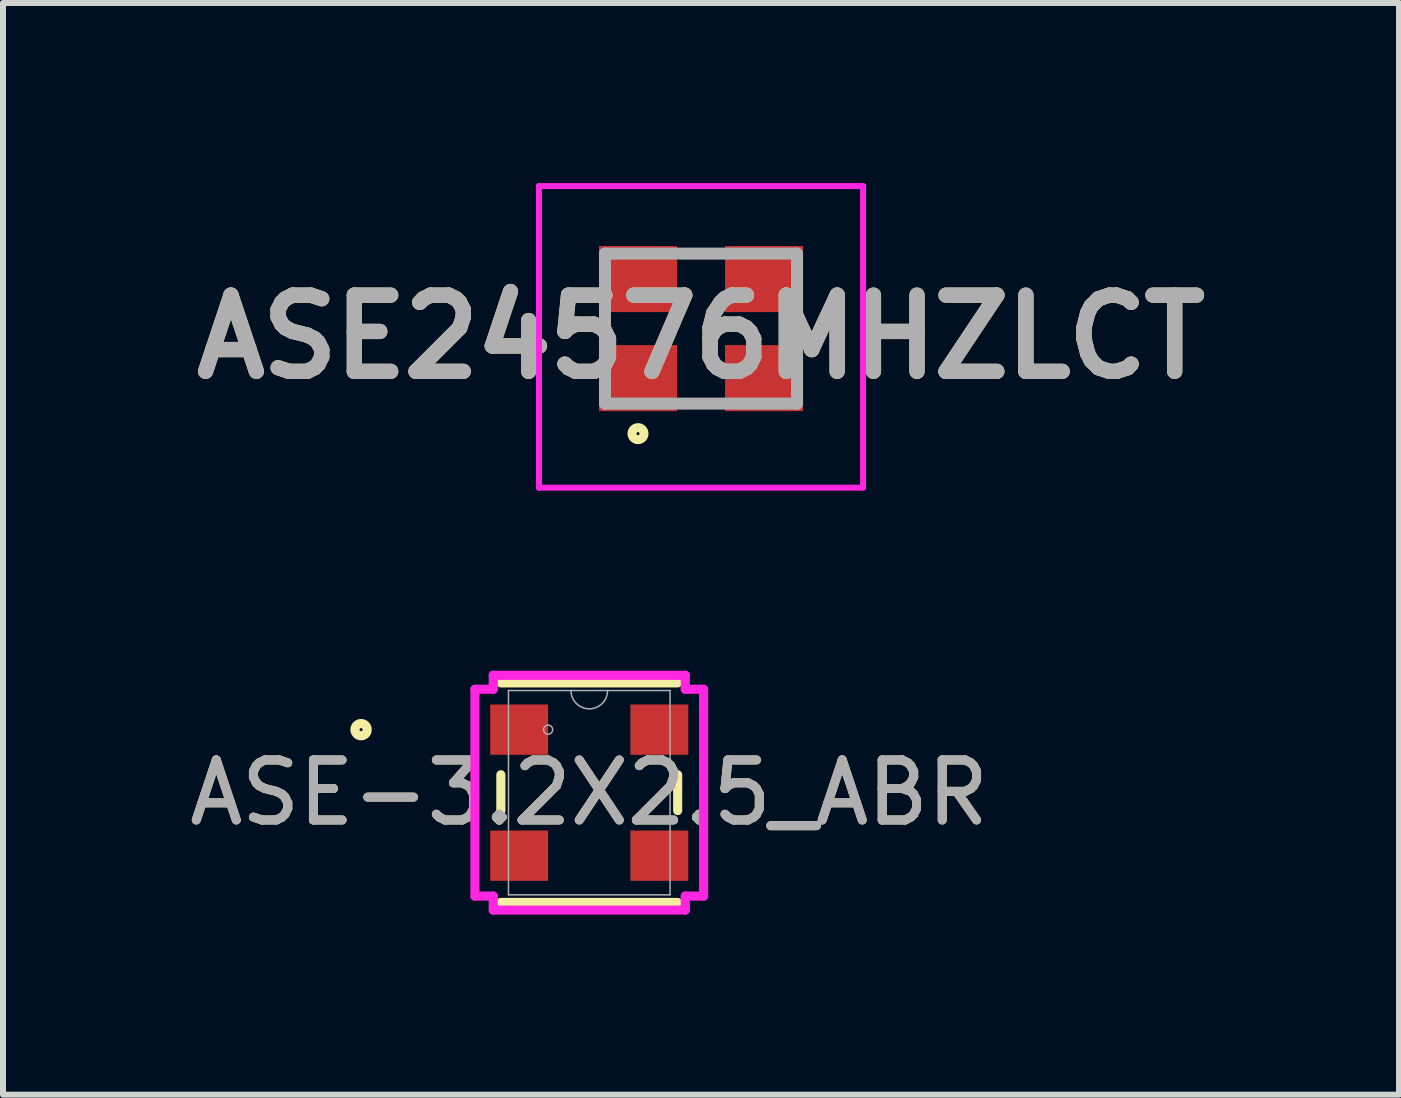
<source format=kicad_pcb>
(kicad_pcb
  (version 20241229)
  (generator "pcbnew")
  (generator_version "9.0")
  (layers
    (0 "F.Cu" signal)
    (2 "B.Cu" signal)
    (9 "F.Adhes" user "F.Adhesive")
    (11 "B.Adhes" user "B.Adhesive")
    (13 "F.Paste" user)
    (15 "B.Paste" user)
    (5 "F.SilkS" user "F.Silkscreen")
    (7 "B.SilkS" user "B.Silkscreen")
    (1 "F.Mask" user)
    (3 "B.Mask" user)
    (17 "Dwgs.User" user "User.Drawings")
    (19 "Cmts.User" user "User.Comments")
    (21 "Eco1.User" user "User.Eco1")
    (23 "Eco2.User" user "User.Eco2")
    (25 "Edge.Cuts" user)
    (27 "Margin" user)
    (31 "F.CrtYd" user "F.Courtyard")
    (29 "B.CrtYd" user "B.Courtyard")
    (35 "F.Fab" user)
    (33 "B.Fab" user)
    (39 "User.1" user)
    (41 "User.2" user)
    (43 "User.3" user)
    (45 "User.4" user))
  (footprint "ASE-3.2X2.5_ABR"
    (layer "F.Cu")
    (at 6.768 10.157)
    (property "Reference" "ASE-3.2X2.5_ABR" (at 0 0 0) (unlocked yes) (layer "F.SilkS") (effects (font (size 1 1) (thickness 0.15))))
    (attr smd)
    (fp_line (start -1.473 -0.298) (end -1.473 0.298) (stroke (width 0.152) (type solid)) (layer "F.SilkS"))
    (fp_line (start -1.473 1.829) (end 1.473 1.829) (stroke (width 0.152) (type solid)) (layer "F.SilkS"))
    (fp_line (start 1.473 -1.829) (end -1.473 -1.829) (stroke (width 0.152) (type solid)) (layer "F.SilkS"))
    (fp_line (start 1.473 0.298) (end 1.473 -0.298) (stroke (width 0.152) (type solid)) (layer "F.SilkS"))
    (fp_circle (center -3.802 -1.05) (end -3.7 -1.05) (stroke (width 0.152) (type solid)) (fill no) (layer "F.SilkS"))
    (fp_line (start -1.905 -1.723) (end -1.6 -1.723) (stroke (width 0.152) (type solid)) (layer "F.CrtYd"))
    (fp_line (start -1.905 1.723) (end -1.905 -1.723) (stroke (width 0.152) (type solid)) (layer "F.CrtYd"))
    (fp_line (start -1.905 1.723) (end -1.6 1.723) (stroke (width 0.152) (type solid)) (layer "F.CrtYd"))
    (fp_line (start -1.6 -1.956) (end 1.6 -1.956) (stroke (width 0.152) (type solid)) (layer "F.CrtYd"))
    (fp_line (start -1.6 -1.723) (end -1.6 -1.956) (stroke (width 0.152) (type solid)) (layer "F.CrtYd"))
    (fp_line (start -1.6 1.956) (end -1.6 1.723) (stroke (width 0.152) (type solid)) (layer "F.CrtYd"))
    (fp_line (start 1.6 -1.956) (end 1.6 -1.723) (stroke (width 0.152) (type solid)) (layer "F.CrtYd"))
    (fp_line (start 1.6 1.723) (end 1.6 1.956) (stroke (width 0.152) (type solid)) (layer "F.CrtYd"))
    (fp_line (start 1.6 1.956) (end -1.6 1.956) (stroke (width 0.152) (type solid)) (layer "F.CrtYd"))
    (fp_line (start 1.905 -1.723) (end 1.6 -1.723) (stroke (width 0.152) (type solid)) (layer "F.CrtYd"))
    (fp_line (start 1.905 -1.723) (end 1.905 1.723) (stroke (width 0.152) (type solid)) (layer "F.CrtYd"))
    (fp_line (start 1.905 1.723) (end 1.6 1.723) (stroke (width 0.152) (type solid)) (layer "F.CrtYd"))
    (fp_line (start -1.346 -1.702) (end -1.346 1.702) (stroke (width 0.025) (type solid)) (layer "F.Fab"))
    (fp_line (start -1.346 1.702) (end 1.346 1.702) (stroke (width 0.025) (type solid)) (layer "F.Fab"))
    (fp_line (start 1.346 -1.702) (end -1.346 -1.702) (stroke (width 0.025) (type solid)) (layer "F.Fab"))
    (fp_line (start 1.346 1.702) (end 1.346 -1.702) (stroke (width 0.025) (type solid)) (layer "F.Fab"))
    (fp_arc (start 0.3048 -1.7018) (mid 0 -1.397) (end -0.3048 -1.7018) (stroke (width 0.0254) (type solid)) (layer "F.Fab"))
    (fp_circle (center -0.686 -1.05) (end -0.61 -1.05) (stroke (width 0.025) (type solid)) (fill no) (layer "F.Fab"))
    (fp_text user "${REFERENCE}" (at 0 0 0) (unlocked yes) (layer "F.Fab") (effects (font (size 1 1) (thickness 0.15))))
    (pad "1" smd rect (at -1.168 -1.05) (size 0.965 0.838) (layers "F.Cu" "F.Mask" "F.Paste"))
    (pad "2" smd rect (at -1.168 1.05) (size 0.965 0.838) (layers "F.Cu" "F.Mask" "F.Paste"))
    (pad "3" smd rect (at 1.168 1.05) (size 0.965 0.838) (layers "F.Cu" "F.Mask" "F.Paste"))
    (pad "4" smd rect (at 1.168 -1.05) (size 0.965 0.838) (layers "F.Cu" "F.Mask" "F.Paste")))
  (footprint "ASE24576MHZLCT"
    (layer "F.Cu")
    (at 8.63 2.425)
    (property "Reference" "ASE24576MHZLCT" (at 0 0.138 0) (layer "F.SilkS") (effects (font (size 1.27 1.27) (thickness 0.254))))
    (attr smd)
    (fp_circle (center -1.05 1.75) (end -0.95 1.75) (stroke (width 0.15) (type solid)) (fill no) (layer "F.SilkS"))
    (fp_line (start -2.7 -2.375) (end 2.7 -2.375) (stroke (width 0.1) (type solid)) (layer "F.CrtYd"))
    (fp_line (start -2.7 2.65) (end -2.7 -2.375) (stroke (width 0.1) (type solid)) (layer "F.CrtYd"))
    (fp_line (start 2.7 -2.375) (end 2.7 2.65) (stroke (width 0.1) (type solid)) (layer "F.CrtYd"))
    (fp_line (start 2.7 2.65) (end -2.7 2.65) (stroke (width 0.1) (type solid)) (layer "F.CrtYd"))
    (fp_line (start -1.6 -1.25) (end 1.6 -1.25) (stroke (width 0.2) (type solid)) (layer "F.Fab"))
    (fp_line (start -1.6 1.25) (end -1.6 -1.25) (stroke (width 0.2) (type solid)) (layer "F.Fab"))
    (fp_line (start 1.6 -1.25) (end 1.6 1.25) (stroke (width 0.2) (type solid)) (layer "F.Fab"))
    (fp_line (start 1.6 1.25) (end -1.6 1.25) (stroke (width 0.2) (type solid)) (layer "F.Fab"))
    (fp_text user "${REFERENCE}" (at 0 0.138 0) (layer "F.Fab") (effects (font (size 1.27 1.27) (thickness 0.254))))
    (pad "1" smd rect (at -1.05 0.825 90) (size 1.1 1.3) (layers "F.Cu" "F.Mask" "F.Paste"))
    (pad "2" smd rect (at 1.05 0.825 90) (size 1.1 1.3) (layers "F.Cu" "F.Mask" "F.Paste"))
    (pad "3" smd rect (at 1.05 -0.825 90) (size 1.1 1.3) (layers "F.Cu" "F.Mask" "F.Paste"))
    (pad "4" smd rect (at -1.05 -0.825 90) (size 1.1 1.3) (layers "F.Cu" "F.Mask" "F.Paste"))
    (zone (net_name "") (layer "F.Cu") (name "keepout") (hatch edge 0.5) (connect_pads) (min_thickness 0.25) (filled_areas_thickness no) (keepout (tracks allowed) (vias allowed) (pads allowed) (copperpour not_allowed) (footprints allowed)) (placement (enabled no)) (fill) (polygon (pts (xy 5.93 0.025) (xy 11.33 0.025) (xy 11.33 5.025) (xy 5.93 5.025)))))
  (gr_rect
    (start -3 -3)
    (end 20.26 15.189)
    (stroke (width 0.1) (type default))
    (fill no)
    (layer "Edge.Cuts")))
</source>
